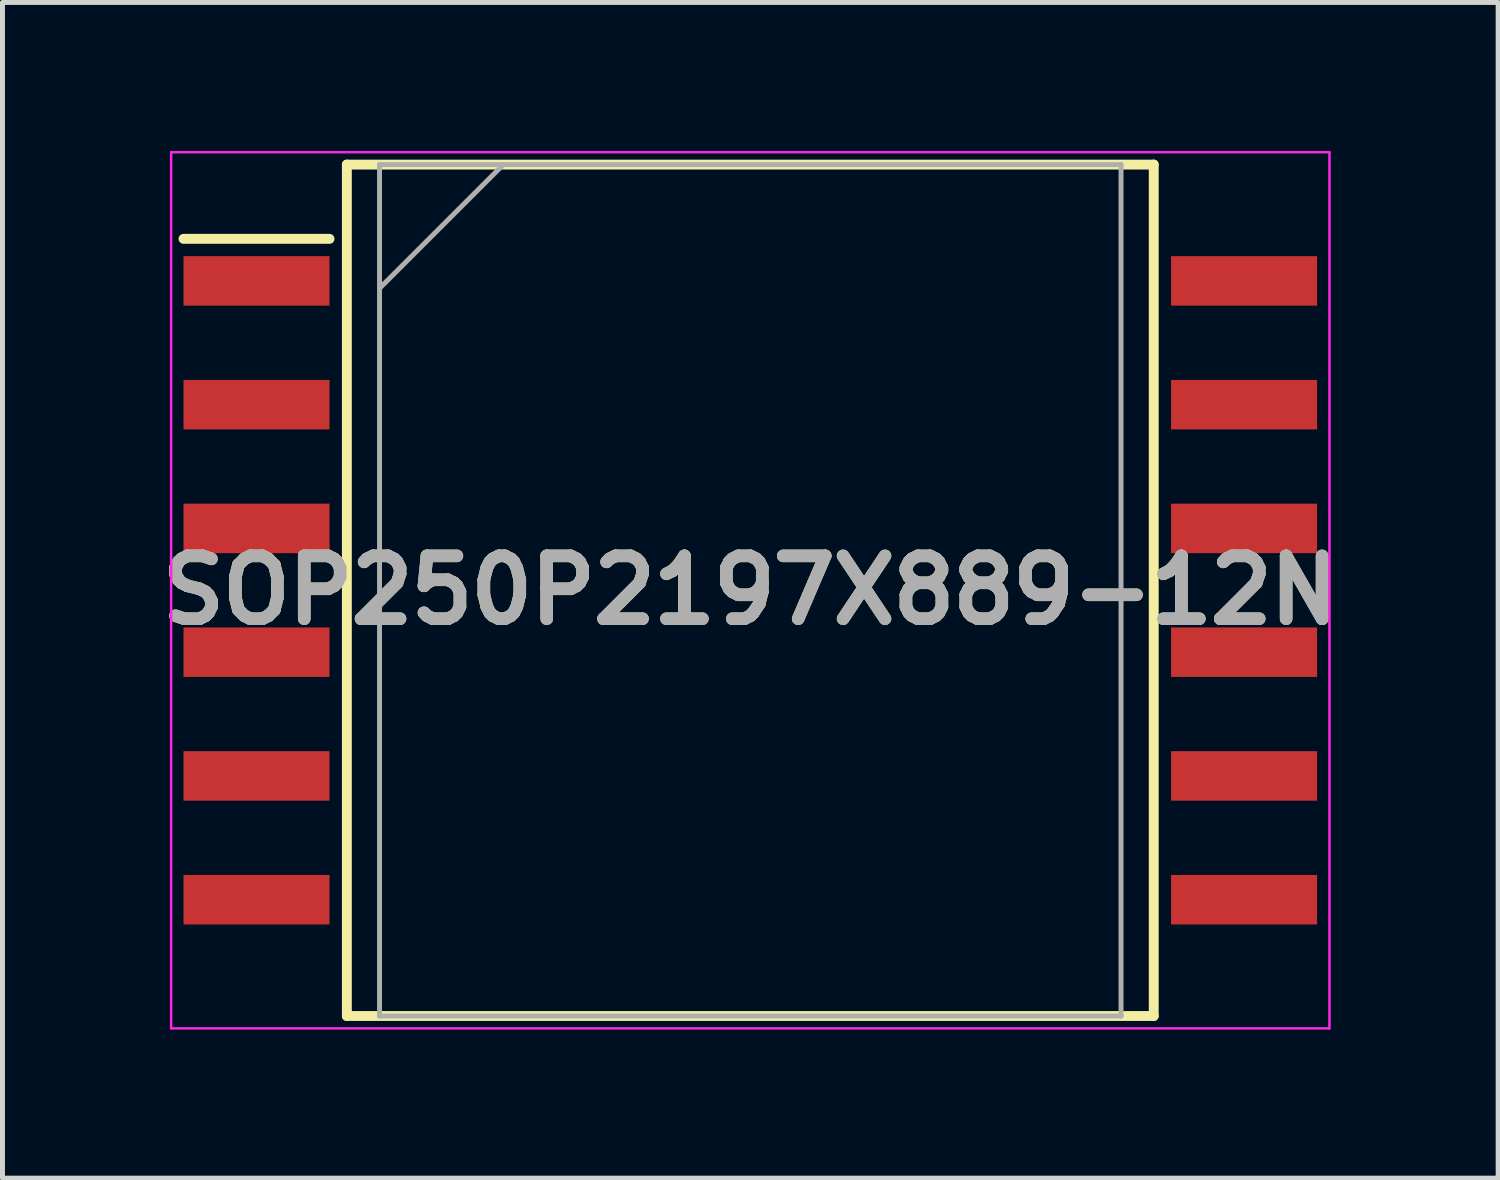
<source format=kicad_pcb>
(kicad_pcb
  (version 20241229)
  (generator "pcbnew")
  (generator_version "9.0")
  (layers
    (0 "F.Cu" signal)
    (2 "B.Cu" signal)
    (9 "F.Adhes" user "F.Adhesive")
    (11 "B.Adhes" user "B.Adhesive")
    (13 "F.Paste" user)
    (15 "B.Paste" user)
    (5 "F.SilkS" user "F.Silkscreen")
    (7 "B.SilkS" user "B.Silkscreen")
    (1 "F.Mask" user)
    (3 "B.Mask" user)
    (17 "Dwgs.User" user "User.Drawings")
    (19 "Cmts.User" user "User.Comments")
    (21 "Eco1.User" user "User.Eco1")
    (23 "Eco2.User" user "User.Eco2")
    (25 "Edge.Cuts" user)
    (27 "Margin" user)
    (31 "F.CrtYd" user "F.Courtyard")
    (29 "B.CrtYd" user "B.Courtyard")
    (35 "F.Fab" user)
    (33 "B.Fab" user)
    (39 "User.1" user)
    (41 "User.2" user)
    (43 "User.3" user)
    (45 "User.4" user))
  (footprint "SOP250P2197X889-12N"
    (layer "F.Cu")
    (at 12.107 8.875)
    (property "Reference" "SOP250P2197X889-12N" (at 0 0 0) (layer "F.SilkS") (effects (font (size 1.27 1.27) (thickness 0.254))))
    (attr smd)
    (fp_line (start -11.45 -7.1) (end -8.5 -7.1) (stroke (width 0.2) (type solid)) (layer "F.SilkS"))
    (fp_line (start -8.15 -8.6) (end 8.15 -8.6) (stroke (width 0.2) (type solid)) (layer "F.SilkS"))
    (fp_line (start -8.15 8.6) (end -8.15 -8.6) (stroke (width 0.2) (type solid)) (layer "F.SilkS"))
    (fp_line (start 8.15 -8.6) (end 8.15 8.6) (stroke (width 0.2) (type solid)) (layer "F.SilkS"))
    (fp_line (start 8.15 8.6) (end -8.15 8.6) (stroke (width 0.2) (type solid)) (layer "F.SilkS"))
    (fp_line (start -11.7 -8.85) (end 11.7 -8.85) (stroke (width 0.05) (type solid)) (layer "F.CrtYd"))
    (fp_line (start -11.7 8.85) (end -11.7 -8.85) (stroke (width 0.05) (type solid)) (layer "F.CrtYd"))
    (fp_line (start 11.7 -8.85) (end 11.7 8.85) (stroke (width 0.05) (type solid)) (layer "F.CrtYd"))
    (fp_line (start 11.7 8.85) (end -11.7 8.85) (stroke (width 0.05) (type solid)) (layer "F.CrtYd"))
    (fp_line (start -7.49 -8.6) (end 7.49 -8.6) (stroke (width 0.1) (type solid)) (layer "F.Fab"))
    (fp_line (start -7.49 -6.1) (end -4.99 -8.6) (stroke (width 0.1) (type solid)) (layer "F.Fab"))
    (fp_line (start -7.49 8.6) (end -7.49 -8.6) (stroke (width 0.1) (type solid)) (layer "F.Fab"))
    (fp_line (start 7.49 -8.6) (end 7.49 8.6) (stroke (width 0.1) (type solid)) (layer "F.Fab"))
    (fp_line (start 7.49 8.6) (end -7.49 8.6) (stroke (width 0.1) (type solid)) (layer "F.Fab"))
    (fp_text user "${REFERENCE}" (at 0 0 0) (layer "F.Fab") (effects (font (size 1.27 1.27) (thickness 0.254))))
    (pad "1" smd rect (at -9.975 -6.25 90) (size 1 2.95) (layers "F.Cu" "F.Mask" "F.Paste"))
    (pad "2" smd rect (at -9.975 -3.75 90) (size 1 2.95) (layers "F.Cu" "F.Mask" "F.Paste"))
    (pad "3" smd rect (at -9.975 -1.25 90) (size 1 2.95) (layers "F.Cu" "F.Mask" "F.Paste"))
    (pad "4" smd rect (at -9.975 1.25 90) (size 1 2.95) (layers "F.Cu" "F.Mask" "F.Paste"))
    (pad "5" smd rect (at -9.975 3.75 90) (size 1 2.95) (layers "F.Cu" "F.Mask" "F.Paste"))
    (pad "6" smd rect (at -9.975 6.25 90) (size 1 2.95) (layers "F.Cu" "F.Mask" "F.Paste"))
    (pad "7" smd rect (at 9.975 6.25 90) (size 1 2.95) (layers "F.Cu" "F.Mask" "F.Paste"))
    (pad "8" smd rect (at 9.975 3.75 90) (size 1 2.95) (layers "F.Cu" "F.Mask" "F.Paste"))
    (pad "9" smd rect (at 9.975 1.25 90) (size 1 2.95) (layers "F.Cu" "F.Mask" "F.Paste"))
    (pad "10" smd rect (at 9.975 -1.25 90) (size 1 2.95) (layers "F.Cu" "F.Mask" "F.Paste"))
    (pad "11" smd rect (at 9.975 -3.75 90) (size 1 2.95) (layers "F.Cu" "F.Mask" "F.Paste"))
    (pad "12" smd rect (at 9.975 -6.25 90) (size 1 2.95) (layers "F.Cu" "F.Mask" "F.Paste")))
  (gr_rect
    (start -3 -3)
    (end 27.215 20.75)
    (stroke (width 0.1) (type default))
    (fill no)
    (layer "Edge.Cuts")))
</source>
